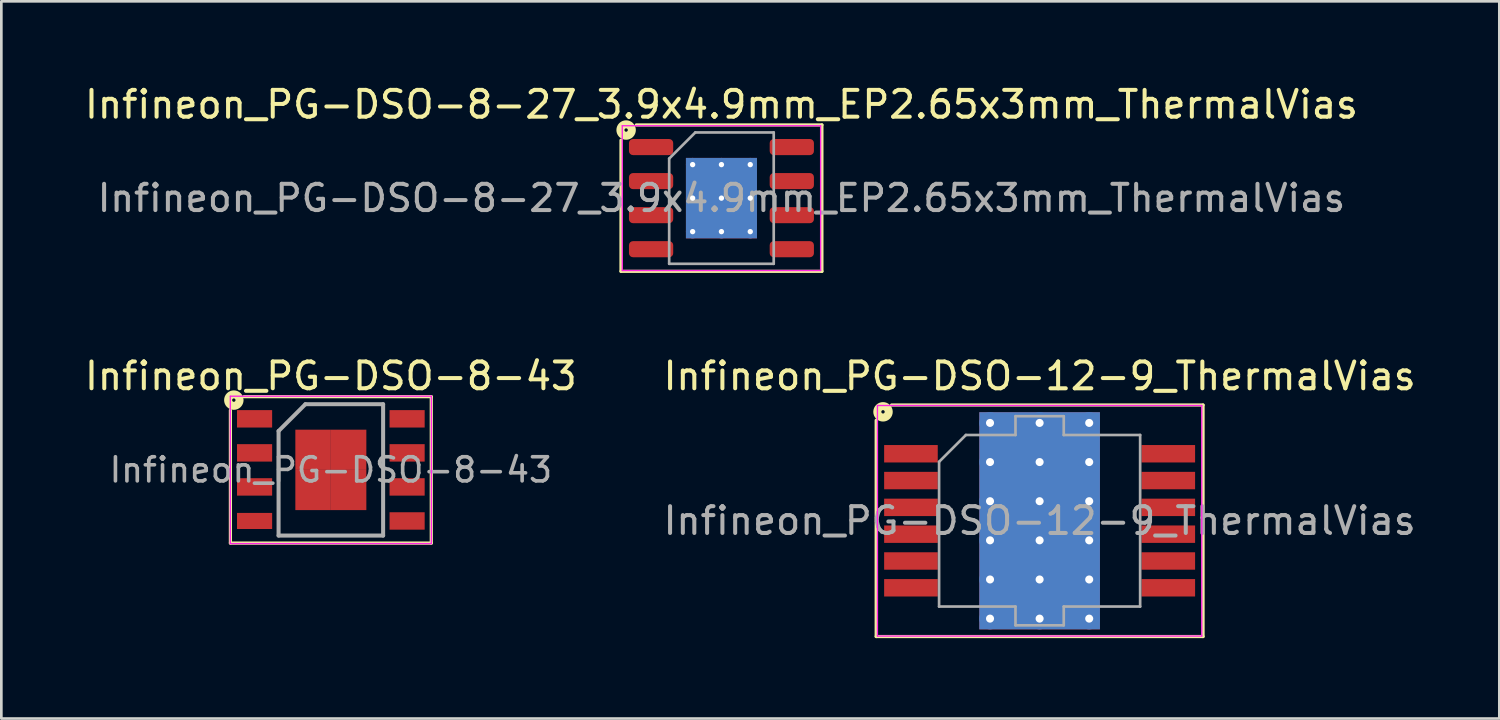
<source format=kicad_pcb>
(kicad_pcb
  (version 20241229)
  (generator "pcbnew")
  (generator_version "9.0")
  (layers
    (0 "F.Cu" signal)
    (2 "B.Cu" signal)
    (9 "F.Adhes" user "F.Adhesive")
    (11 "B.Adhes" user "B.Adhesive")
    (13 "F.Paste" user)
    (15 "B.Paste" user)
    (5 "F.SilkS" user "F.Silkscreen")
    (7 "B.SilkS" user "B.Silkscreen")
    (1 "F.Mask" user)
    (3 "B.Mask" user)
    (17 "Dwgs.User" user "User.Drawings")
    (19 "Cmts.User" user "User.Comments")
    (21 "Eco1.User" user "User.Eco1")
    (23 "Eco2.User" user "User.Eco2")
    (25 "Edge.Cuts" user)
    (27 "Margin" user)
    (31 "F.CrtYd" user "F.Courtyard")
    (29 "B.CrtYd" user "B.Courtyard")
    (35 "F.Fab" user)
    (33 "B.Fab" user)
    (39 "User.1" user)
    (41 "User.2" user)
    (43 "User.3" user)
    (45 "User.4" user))
  (footprint "Infineon_PG-DSO-12-9_ThermalVias"
    (layer "F.Cu")
    (at 35.732 16.377)
    (property "Reference" "Infineon_PG-DSO-12-9_ThermalVias" (at 0 -5.397 0) (layer "F.SilkS") (effects (font (size 1 1) (thickness 0.15))))
    (attr smd)
    (fp_line (start -6.096 -3.747) (end -6.096 4.318) (stroke (width 0.12) (type solid)) (layer "F.SilkS"))
    (fp_line (start -6.096 4.318) (end 6.096 4.318) (stroke (width 0.12) (type solid)) (layer "F.SilkS"))
    (fp_line (start 6.096 -4.318) (end -5.524 -4.318) (stroke (width 0.12) (type solid)) (layer "F.SilkS"))
    (fp_line (start 6.096 4.318) (end 6.096 -4.318) (stroke (width 0.12) (type solid)) (layer "F.SilkS"))
    (fp_circle (center -5.842 -4.064) (end -5.779 -4.064) (stroke (width 0.3) (type solid)) (fill no) (layer "F.SilkS"))
    (fp_line (start -6.05 -4.3) (end 6.05 -4.3) (stroke (width 0.05) (type solid)) (layer "F.CrtYd"))
    (fp_line (start -6.05 4.3) (end -6.05 -4.3) (stroke (width 0.05) (type solid)) (layer "F.CrtYd"))
    (fp_line (start 6.05 -4.3) (end 6.05 4.3) (stroke (width 0.05) (type solid)) (layer "F.CrtYd"))
    (fp_line (start 6.05 4.3) (end -6.05 4.3) (stroke (width 0.05) (type solid)) (layer "F.CrtYd"))
    (fp_line (start -3.75 3.2) (end -3.75 -2.2) (stroke (width 0.1) (type solid)) (layer "F.Fab"))
    (fp_line (start -2.75 -3.2) (end -3.75 -2.2) (stroke (width 0.1) (type solid)) (layer "F.Fab"))
    (fp_line (start -2.75 -3.2) (end -0.9 -3.2) (stroke (width 0.1) (type solid)) (layer "F.Fab"))
    (fp_line (start -0.9 -3.9) (end 0.9 -3.9) (stroke (width 0.1) (type solid)) (layer "F.Fab"))
    (fp_line (start -0.9 -3.2) (end -0.9 -3.9) (stroke (width 0.1) (type solid)) (layer "F.Fab"))
    (fp_line (start -0.9 3.2) (end -3.75 3.2) (stroke (width 0.1) (type solid)) (layer "F.Fab"))
    (fp_line (start -0.9 3.9) (end -0.9 3.2) (stroke (width 0.1) (type solid)) (layer "F.Fab"))
    (fp_line (start 0.9 -3.9) (end 0.9 -3.2) (stroke (width 0.1) (type solid)) (layer "F.Fab"))
    (fp_line (start 0.9 -3.2) (end 3.75 -3.2) (stroke (width 0.1) (type solid)) (layer "F.Fab"))
    (fp_line (start 0.9 3.2) (end 0.9 3.9) (stroke (width 0.1) (type solid)) (layer "F.Fab"))
    (fp_line (start 0.9 3.9) (end -0.9 3.9) (stroke (width 0.1) (type solid)) (layer "F.Fab"))
    (fp_line (start 3.75 -3.2) (end 3.75 3.2) (stroke (width 0.1) (type solid)) (layer "F.Fab"))
    (fp_line (start 3.75 3.2) (end 0.9 3.2) (stroke (width 0.1) (type solid)) (layer "F.Fab"))
    (fp_text user "${REFERENCE}" (at 0 0 0) (layer "F.Fab") (effects (font (size 1 1) (thickness 0.15))))
    (pad "" smd rect (at -0.925 -2.92) (size 1.55 1.16) (layers "F.Paste"))
    (pad "" smd rect (at -0.925 -1.46) (size 1.55 1.16) (layers "F.Paste"))
    (pad "" smd rect (at -0.925 0) (size 1.55 1.16) (layers "F.Paste"))
    (pad "" smd rect (at -0.925 1.46) (size 1.55 1.16) (layers "F.Paste"))
    (pad "" smd rect (at -0.925 2.92) (size 1.55 1.16) (layers "F.Paste"))
    (pad "" smd rect (at 0.925 -2.92) (size 1.55 1.16) (layers "F.Paste"))
    (pad "" smd rect (at 0.925 -1.46) (size 1.55 1.16) (layers "F.Paste"))
    (pad "" smd rect (at 0.925 0) (size 1.55 1.16) (layers "F.Paste"))
    (pad "" smd rect (at 0.925 1.46) (size 1.55 1.16) (layers "F.Paste"))
    (pad "" smd rect (at 0.925 2.92) (size 1.55 1.16) (layers "F.Paste"))
    (pad "1" smd rect (at -4.8 -2.5) (size 2 0.65) (layers "F.Cu" "F.Mask" "F.Paste"))
    (pad "2" smd rect (at -4.8 -1.5) (size 2 0.65) (layers "F.Cu" "F.Mask" "F.Paste"))
    (pad "3" smd rect (at -4.8 -0.5) (size 2 0.65) (layers "F.Cu" "F.Mask" "F.Paste"))
    (pad "4" smd rect (at -4.8 0.5) (size 2 0.65) (layers "F.Cu" "F.Mask" "F.Paste"))
    (pad "5" smd rect (at -4.8 1.5) (size 2 0.65) (layers "F.Cu" "F.Mask" "F.Paste"))
    (pad "6" smd rect (at -4.8 2.5) (size 2 0.65) (layers "F.Cu" "F.Mask" "F.Paste"))
    (pad "7" smd rect (at 4.8 2.5) (size 2 0.65) (layers "F.Cu" "F.Mask" "F.Paste"))
    (pad "8" smd rect (at 4.8 1.5) (size 2 0.65) (layers "F.Cu" "F.Mask" "F.Paste"))
    (pad "9" smd rect (at 4.8 0.5) (size 2 0.65) (layers "F.Cu" "F.Mask" "F.Paste"))
    (pad "10" smd rect (at 4.8 -0.5) (size 2 0.65) (layers "F.Cu" "F.Mask" "F.Paste"))
    (pad "11" smd rect (at 4.8 -1.5) (size 2 0.65) (layers "F.Cu" "F.Mask" "F.Paste"))
    (pad "12" smd rect (at 4.8 -2.5) (size 2 0.65) (layers "F.Cu" "F.Mask" "F.Paste"))
    (pad "13" thru_hole circle (at -1.85 -3.65) (size 0.8 0.8) (drill 0.3) (layers "*.Cu"))
    (pad "13" thru_hole circle (at -1.85 -2.19) (size 0.8 0.8) (drill 0.3) (layers "*.Cu"))
    (pad "13" thru_hole circle (at -1.85 -0.73) (size 0.8 0.8) (drill 0.3) (layers "*.Cu"))
    (pad "13" thru_hole circle (at -1.85 0.73) (size 0.8 0.8) (drill 0.3) (layers "*.Cu"))
    (pad "13" thru_hole circle (at -1.85 2.19) (size 0.8 0.8) (drill 0.3) (layers "*.Cu"))
    (pad "13" thru_hole circle (at -1.85 3.65) (size 0.8 0.8) (drill 0.3) (layers "*.Cu"))
    (pad "13" thru_hole circle (at 0 -3.65) (size 0.8 0.8) (drill 0.3) (layers "*.Cu"))
    (pad "13" thru_hole circle (at 0 -2.19) (size 0.8 0.8) (drill 0.3) (layers "*.Cu"))
    (pad "13" thru_hole circle (at 0 -0.73) (size 0.8 0.8) (drill 0.3) (layers "*.Cu"))
    (pad "13" smd rect (at 0 0) (size 4.5 8.1) (layers "F.Cu" "F.Mask"))
    (pad "13" smd rect (at 0 0) (size 4.5 8.1) (layers "B.Cu" "B.Mask"))
    (pad "13" thru_hole circle (at 0 0.73) (size 0.8 0.8) (drill 0.3) (layers "*.Cu"))
    (pad "13" thru_hole circle (at 0 2.19) (size 0.8 0.8) (drill 0.3) (layers "*.Cu"))
    (pad "13" thru_hole circle (at 0 3.65) (size 0.8 0.8) (drill 0.3) (layers "*.Cu"))
    (pad "13" thru_hole circle (at 1.85 -3.65) (size 0.8 0.8) (drill 0.3) (layers "*.Cu"))
    (pad "13" thru_hole circle (at 1.85 -2.19) (size 0.8 0.8) (drill 0.3) (layers "*.Cu"))
    (pad "13" thru_hole circle (at 1.85 -0.73) (size 0.8 0.8) (drill 0.3) (layers "*.Cu"))
    (pad "13" thru_hole circle (at 1.85 0.73) (size 0.8 0.8) (drill 0.3) (layers "*.Cu"))
    (pad "13" thru_hole circle (at 1.85 2.19) (size 0.8 0.8) (drill 0.3) (layers "*.Cu"))
    (pad "13" thru_hole circle (at 1.85 3.65) (size 0.8 0.8) (drill 0.3) (layers "*.Cu")))
  (footprint "Infineon_PG-DSO-8-43"
    (layer "F.Cu")
    (at 9.292 14.479)
    (property "Reference" "Infineon_PG-DSO-8-43" (at 0 -3.5 0) (layer "F.SilkS") (effects (font (size 1 1) (thickness 0.15))))
    (attr smd)
    (fp_line (start -3.747 2.731) (end -3.747 -2.223) (stroke (width 0.12) (type solid)) (layer "F.SilkS"))
    (fp_line (start -3.239 -2.731) (end 3.747 -2.731) (stroke (width 0.12) (type solid)) (layer "F.SilkS"))
    (fp_line (start 3.747 -2.731) (end 3.747 2.731) (stroke (width 0.12) (type solid)) (layer "F.SilkS"))
    (fp_line (start 3.747 2.731) (end -3.747 2.731) (stroke (width 0.12) (type solid)) (layer "F.SilkS"))
    (fp_circle (center -3.619 -2.603) (end -3.556 -2.603) (stroke (width 0.3) (type solid)) (fill no) (layer "F.SilkS"))
    (fp_line (start -3.75 -2.75) (end -3.75 2.75) (stroke (width 0.05) (type solid)) (layer "F.CrtYd"))
    (fp_line (start -3.75 -2.75) (end 3.75 -2.75) (stroke (width 0.05) (type solid)) (layer "F.CrtYd"))
    (fp_line (start -3.75 2.75) (end 3.75 2.75) (stroke (width 0.05) (type solid)) (layer "F.CrtYd"))
    (fp_line (start 3.75 -2.75) (end 3.75 2.75) (stroke (width 0.05) (type solid)) (layer "F.CrtYd"))
    (fp_line (start -1.95 -1.45) (end -0.95 -2.45) (stroke (width 0.15) (type solid)) (layer "F.Fab"))
    (fp_line (start -1.95 2.45) (end -1.95 -1.45) (stroke (width 0.15) (type solid)) (layer "F.Fab"))
    (fp_line (start -0.95 -2.45) (end 1.95 -2.45) (stroke (width 0.15) (type solid)) (layer "F.Fab"))
    (fp_line (start 1.95 -2.45) (end 1.95 2.45) (stroke (width 0.15) (type solid)) (layer "F.Fab"))
    (fp_line (start 1.95 2.45) (end -1.95 2.45) (stroke (width 0.15) (type solid)) (layer "F.Fab"))
    (fp_text user "${REFERENCE}" (at 0 0 0) (layer "F.Fab") (effects (font (size 0.9 0.9) (thickness 0.135))))
    (pad "1" smd rect (at -2.845 -1.905) (size 1.31 0.65) (layers "F.Cu" "F.Mask" "F.Paste"))
    (pad "2" smd rect (at -2.845 -0.635) (size 1.31 0.65) (layers "F.Cu" "F.Mask" "F.Paste"))
    (pad "3" smd rect (at -2.845 0.635) (size 1.31 0.65) (layers "F.Cu" "F.Mask" "F.Paste"))
    (pad "4" smd rect (at -2.845 1.905) (size 1.31 0.6) (layers "F.Cu" "F.Mask" "F.Paste"))
    (pad "5" smd rect (at 2.845 1.905) (size 1.31 0.65) (layers "F.Cu" "F.Mask" "F.Paste"))
    (pad "6" smd rect (at 2.845 0.635) (size 1.31 0.65) (layers "F.Cu" "F.Mask" "F.Paste"))
    (pad "7" smd rect (at 2.845 -0.635) (size 1.31 0.65) (layers "F.Cu" "F.Mask" "F.Paste"))
    (pad "8" smd rect (at 2.845 -1.905) (size 1.31 0.65) (layers "F.Cu" "F.Mask" "F.Paste"))
    (pad "9" smd rect (at -0.662 -0.75) (size 1.325 1.5) (layers "F.Cu" "F.Mask" "F.Paste"))
    (pad "9" smd rect (at -0.662 0.75) (size 1.325 1.5) (layers "F.Cu" "F.Mask" "F.Paste"))
    (pad "9" smd rect (at 0.662 -0.75) (size 1.325 1.5) (layers "F.Cu" "F.Mask" "F.Paste"))
    (pad "9" smd rect (at 0.662 0.75) (size 1.325 1.5) (layers "F.Cu" "F.Mask" "F.Paste")))
  (footprint "Infineon_PG-DSO-8-27_3.9x4.9mm_EP2.65x3mm_ThermalVias"
    (layer "F.Cu")
    (at 23.863 4.341)
    (property "Reference" "Infineon_PG-DSO-8-27_3.9x4.9mm_EP2.65x3mm_ThermalVias" (at 0 -3.493 0) (layer "F.SilkS") (effects (font (size 1 1) (thickness 0.15))))
    (attr smd)
    (fp_line (start -3.747 2.731) (end -3.747 -2.159) (stroke (width 0.12) (type solid)) (layer "F.SilkS"))
    (fp_line (start -3.175 -2.731) (end 3.747 -2.731) (stroke (width 0.12) (type solid)) (layer "F.SilkS"))
    (fp_line (start 3.747 -2.731) (end 3.747 2.731) (stroke (width 0.12) (type solid)) (layer "F.SilkS"))
    (fp_line (start 3.747 2.731) (end -3.747 2.731) (stroke (width 0.12) (type solid)) (layer "F.SilkS"))
    (fp_circle (center -3.556 -2.54) (end -3.493 -2.54) (stroke (width 0.3) (type solid)) (fill no) (layer "F.SilkS"))
    (fp_line (start -3.7 -2.7) (end -3.7 2.7) (stroke (width 0.05) (type solid)) (layer "F.CrtYd"))
    (fp_line (start -3.7 2.7) (end 3.7 2.7) (stroke (width 0.05) (type solid)) (layer "F.CrtYd"))
    (fp_line (start 3.7 -2.7) (end -3.7 -2.7) (stroke (width 0.05) (type solid)) (layer "F.CrtYd"))
    (fp_line (start 3.7 2.7) (end 3.7 -2.7) (stroke (width 0.05) (type solid)) (layer "F.CrtYd"))
    (fp_line (start -1.95 -1.475) (end -0.975 -2.45) (stroke (width 0.1) (type solid)) (layer "F.Fab"))
    (fp_line (start -1.95 2.45) (end -1.95 -1.475) (stroke (width 0.1) (type solid)) (layer "F.Fab"))
    (fp_line (start -0.975 -2.45) (end 1.95 -2.45) (stroke (width 0.1) (type solid)) (layer "F.Fab"))
    (fp_line (start 1.95 -2.45) (end 1.95 2.45) (stroke (width 0.1) (type solid)) (layer "F.Fab"))
    (fp_line (start 1.95 2.45) (end -1.95 2.45) (stroke (width 0.1) (type solid)) (layer "F.Fab"))
    (fp_text user "${REFERENCE}" (at 0 0 0) (layer "F.Fab") (effects (font (size 0.98 0.98) (thickness 0.15))))
    (pad "" smd roundrect (at -0.66 -0.75) (size 1.11 1.25) (layers "F.Paste") (roundrect_rratio 0.225))
    (pad "" smd roundrect (at -0.66 0.75) (size 1.11 1.25) (layers "F.Paste") (roundrect_rratio 0.225))
    (pad "" smd roundrect (at 0.66 -0.75) (size 1.11 1.25) (layers "F.Paste") (roundrect_rratio 0.225))
    (pad "" smd roundrect (at 0.66 0.75) (size 1.11 1.25) (layers "F.Paste") (roundrect_rratio 0.225))
    (pad "1" smd roundrect (at -2.625 -1.905) (size 1.65 0.6) (layers "F.Cu" "F.Mask" "F.Paste") (roundrect_rratio 0.25))
    (pad "2" smd roundrect (at -2.625 -0.635) (size 1.65 0.6) (layers "F.Cu" "F.Mask" "F.Paste") (roundrect_rratio 0.25))
    (pad "3" smd roundrect (at -2.625 0.635) (size 1.65 0.6) (layers "F.Cu" "F.Mask" "F.Paste") (roundrect_rratio 0.25))
    (pad "4" smd roundrect (at -2.625 1.905) (size 1.65 0.6) (layers "F.Cu" "F.Mask" "F.Paste") (roundrect_rratio 0.25))
    (pad "5" smd roundrect (at 2.625 1.905) (size 1.65 0.6) (layers "F.Cu" "F.Mask" "F.Paste") (roundrect_rratio 0.25))
    (pad "6" smd roundrect (at 2.625 0.635) (size 1.65 0.6) (layers "F.Cu" "F.Mask" "F.Paste") (roundrect_rratio 0.25))
    (pad "7" smd roundrect (at 2.625 -0.635) (size 1.65 0.6) (layers "F.Cu" "F.Mask" "F.Paste") (roundrect_rratio 0.25))
    (pad "8" smd roundrect (at 2.625 -1.905) (size 1.65 0.6) (layers "F.Cu" "F.Mask" "F.Paste") (roundrect_rratio 0.25))
    (pad "9" thru_hole circle (at -1.075 -1.25) (size 0.5 0.5) (drill 0.2) (layers "*.Cu"))
    (pad "9" thru_hole circle (at -1.075 0) (size 0.5 0.5) (drill 0.2) (layers "*.Cu"))
    (pad "9" thru_hole circle (at -1.075 1.25) (size 0.5 0.5) (drill 0.2) (layers "*.Cu"))
    (pad "9" thru_hole circle (at 0 -1.25) (size 0.5 0.5) (drill 0.2) (layers "*.Cu"))
    (pad "9" thru_hole circle (at 0 0) (size 0.5 0.5) (drill 0.2) (layers "*.Cu"))
    (pad "9" smd rect (at 0 0) (size 2.65 3) (layers "F.Cu" "F.Mask"))
    (pad "9" smd rect (at 0 0) (size 2.65 3) (layers "B.Cu" "B.Mask"))
    (pad "9" thru_hole circle (at 0 1.25) (size 0.5 0.5) (drill 0.2) (layers "*.Cu"))
    (pad "9" thru_hole circle (at 1.075 -1.25) (size 0.5 0.5) (drill 0.2) (layers "*.Cu"))
    (pad "9" thru_hole circle (at 1.075 0) (size 0.5 0.5) (drill 0.2) (layers "*.Cu"))
    (pad "9" thru_hole circle (at 1.075 1.25) (size 0.5 0.5) (drill 0.2) (layers "*.Cu")))
  (gr_rect
    (start -3 -3)
    (end 52.881 23.755)
    (stroke (width 0.1) (type default))
    (fill no)
    (layer "Edge.Cuts")))
</source>
